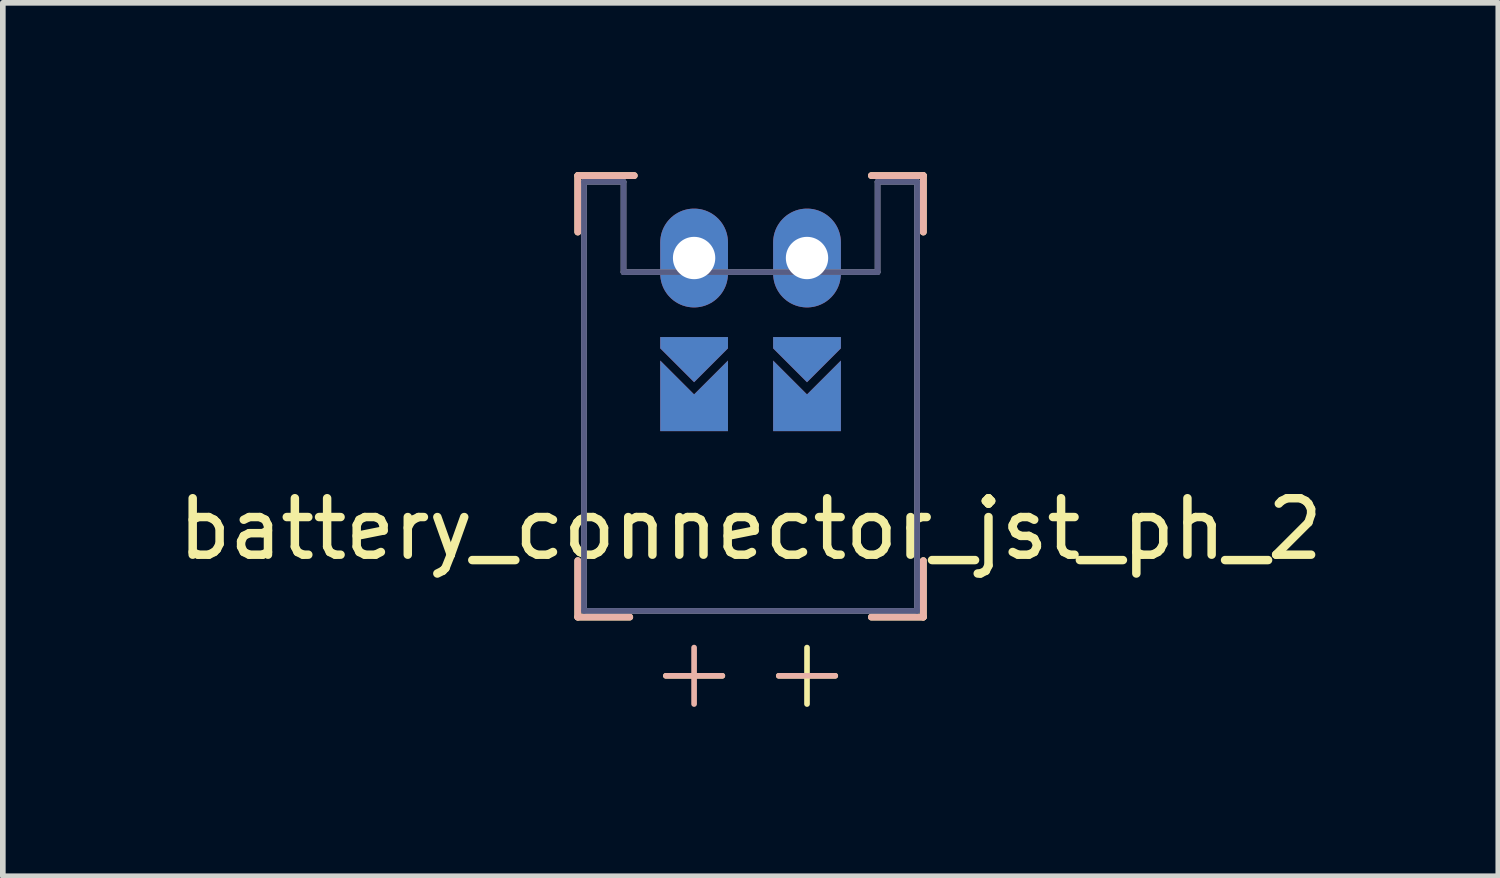
<source format=kicad_pcb>
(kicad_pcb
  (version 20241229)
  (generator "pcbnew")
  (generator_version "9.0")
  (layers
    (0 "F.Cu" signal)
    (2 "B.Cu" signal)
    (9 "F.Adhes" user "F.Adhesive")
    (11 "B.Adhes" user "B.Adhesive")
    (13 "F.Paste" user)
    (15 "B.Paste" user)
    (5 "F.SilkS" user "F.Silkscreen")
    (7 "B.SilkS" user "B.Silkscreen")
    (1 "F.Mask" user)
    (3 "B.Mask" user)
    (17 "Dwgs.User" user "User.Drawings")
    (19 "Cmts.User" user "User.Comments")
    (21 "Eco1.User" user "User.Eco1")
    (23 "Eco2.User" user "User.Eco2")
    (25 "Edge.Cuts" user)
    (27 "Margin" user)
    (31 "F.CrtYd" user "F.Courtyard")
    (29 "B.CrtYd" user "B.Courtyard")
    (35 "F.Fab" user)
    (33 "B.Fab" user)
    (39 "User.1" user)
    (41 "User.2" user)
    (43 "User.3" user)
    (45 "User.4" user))
  (footprint "battery_connector_jst_ph_2"
    (layer "F.Cu")
    (at 10.244 1.52)
    (property "Reference" "battery_connector_jst_ph_2" (at 0 4.8 0) (layer "F.SilkS") (effects (font (size 1 1) (thickness 0.15))))
    (fp_line (start -3.06 -1.46) (end -3.06 -0.46) (stroke (width 0.12) (type solid)) (layer "F.SilkS"))
    (fp_line (start -3.06 6.36) (end -3.06 5.36) (stroke (width 0.12) (type solid)) (layer "F.SilkS"))
    (fp_line (start -2.14 6.36) (end -3.06 6.36) (stroke (width 0.12) (type solid)) (layer "F.SilkS"))
    (fp_line (start -2.06 -1.46) (end -3.06 -1.46) (stroke (width 0.12) (type solid)) (layer "F.SilkS"))
    (fp_line (start -1.5 7.4) (end -0.5 7.4) (stroke (width 0.1) (type solid)) (layer "F.SilkS"))
    (fp_line (start 1 6.9) (end 1 7.9) (stroke (width 0.1) (type solid)) (layer "F.SilkS"))
    (fp_line (start 1.5 7.4) (end 0.5 7.4) (stroke (width 0.1) (type solid)) (layer "F.SilkS"))
    (fp_line (start 2.14 -1.46) (end 3.06 -1.46) (stroke (width 0.12) (type solid)) (layer "F.SilkS"))
    (fp_line (start 2.14 6.36) (end 3.06 6.36) (stroke (width 0.12) (type solid)) (layer "F.SilkS"))
    (fp_line (start 3.06 -1.46) (end 3.06 -0.46) (stroke (width 0.12) (type solid)) (layer "F.SilkS"))
    (fp_line (start 3.06 6.36) (end 3.06 5.36) (stroke (width 0.12) (type solid)) (layer "F.SilkS"))
    (fp_line (start -3.06 -1.46) (end -3.06 -0.46) (stroke (width 0.12) (type solid)) (layer "B.SilkS"))
    (fp_line (start -3.06 6.36) (end -3.06 5.36) (stroke (width 0.12) (type solid)) (layer "B.SilkS"))
    (fp_line (start -2.14 6.36) (end -3.06 6.36) (stroke (width 0.12) (type solid)) (layer "B.SilkS"))
    (fp_line (start -2.06 -1.46) (end -3.06 -1.46) (stroke (width 0.12) (type solid)) (layer "B.SilkS"))
    (fp_line (start -1.5 7.4) (end -0.5 7.4) (stroke (width 0.1) (type solid)) (layer "B.SilkS"))
    (fp_line (start -1 6.9) (end -1 7.9) (stroke (width 0.1) (type solid)) (layer "B.SilkS"))
    (fp_line (start 1.5 7.4) (end 0.5 7.4) (stroke (width 0.1) (type solid)) (layer "B.SilkS"))
    (fp_line (start 2.14 -1.46) (end 3.06 -1.46) (stroke (width 0.12) (type solid)) (layer "B.SilkS"))
    (fp_line (start 2.14 6.36) (end 3.06 6.36) (stroke (width 0.12) (type solid)) (layer "B.SilkS"))
    (fp_line (start 3.06 -1.46) (end 3.06 -0.46) (stroke (width 0.12) (type solid)) (layer "B.SilkS"))
    (fp_line (start 3.06 6.36) (end 3.06 5.36) (stroke (width 0.12) (type solid)) (layer "B.SilkS"))
    (fp_line (start -2.95 -1.35) (end -2.25 -1.35) (stroke (width 0.1) (type solid)) (layer "B.Fab"))
    (fp_line (start -2.95 6.25) (end -2.95 -1.35) (stroke (width 0.1) (type solid)) (layer "B.Fab"))
    (fp_line (start -2.25 -1.35) (end -2.25 0.25) (stroke (width 0.1) (type solid)) (layer "B.Fab"))
    (fp_line (start -2.25 0.25) (end 2.25 0.25) (stroke (width 0.1) (type solid)) (layer "B.Fab"))
    (fp_line (start 2.25 -1.35) (end 2.95 -1.35) (stroke (width 0.1) (type solid)) (layer "B.Fab"))
    (fp_line (start 2.25 0.25) (end 2.25 -1.35) (stroke (width 0.1) (type solid)) (layer "B.Fab"))
    (fp_line (start 2.95 -1.35) (end 2.95 6.25) (stroke (width 0.1) (type solid)) (layer "B.Fab"))
    (fp_line (start 2.95 6.25) (end -2.95 6.25) (stroke (width 0.1) (type solid)) (layer "B.Fab"))
    (fp_line (start -2.95 -1.35) (end -2.95 6.25) (stroke (width 0.1) (type solid)) (layer "F.Fab"))
    (fp_line (start -2.95 6.25) (end 2.95 6.25) (stroke (width 0.1) (type solid)) (layer "F.Fab"))
    (fp_line (start -2.25 -1.35) (end -2.95 -1.35) (stroke (width 0.1) (type solid)) (layer "F.Fab"))
    (fp_line (start -2.25 0.25) (end -2.25 -1.35) (stroke (width 0.1) (type solid)) (layer "F.Fab"))
    (fp_line (start 2.25 -1.35) (end 2.25 0.25) (stroke (width 0.1) (type solid)) (layer "F.Fab"))
    (fp_line (start 2.25 0.25) (end -2.25 0.25) (stroke (width 0.1) (type solid)) (layer "F.Fab"))
    (fp_line (start 2.95 -1.35) (end 2.25 -1.35) (stroke (width 0.1) (type solid)) (layer "F.Fab"))
    (fp_line (start 2.95 6.25) (end 2.95 -1.35) (stroke (width 0.1) (type solid)) (layer "F.Fab"))
    (pad "1" smd custom (at -1 2.816 180) (size 1.2 0.5) (layers "F.Cu" "F.Mask" "F.Paste") (options (anchor rect)) (primitives (gr_poly (pts (xy 0.6 0) (xy -0.6 0) (xy -0.6 1) (xy 0 0.4) (xy 0.6 1)) (width 0) (fill yes))))
    (pad "1" smd custom (at 1 2.816 180) (size 1.2 0.5) (layers "B.Cu" "B.Mask" "B.Paste") (options (anchor rect)) (primitives (gr_poly (pts (xy 0.6 0) (xy -0.6 0) (xy -0.6 1) (xy 0 0.4) (xy 0.6 1)) (width 0) (fill yes))))
    (pad "2" smd custom (at -1 2.816 180) (size 1.2 0.5) (layers "B.Cu" "B.Mask" "B.Paste") (options (anchor rect)) (primitives (gr_poly (pts (xy 0.6 0) (xy -0.6 0) (xy -0.6 1) (xy 0 0.4) (xy 0.6 1)) (width 0) (fill yes))))
    (pad "2" smd custom (at 1 2.816 180) (size 1.2 0.5) (layers "F.Cu" "F.Mask" "F.Paste") (options (anchor rect)) (primitives (gr_poly (pts (xy 0.6 0) (xy -0.6 0) (xy -0.6 1) (xy 0 0.4) (xy 0.6 1)) (width 0) (fill yes))))
    (pad "11" thru_hole oval (at -1 0) (size 1.2 1.75) (drill 0.75) (layers "*.Cu" "*.Mask"))
    (pad "12" thru_hole oval (at 1 0) (size 1.2 1.75) (drill 0.75) (layers "*.Cu" "*.Mask"))
    (pad "21" smd custom (at -1 1.8 180) (size 0.1 0.1) (layers "F.Cu" "F.Mask" "F.Paste") (options (anchor rect)) (primitives (gr_poly (pts (xy 0.6 0.4) (xy -0.6 0.4) (xy -0.6 0.2) (xy 0 -0.4) (xy 0.6 0.2)) (width 0) (fill yes))))
    (pad "22" smd custom (at 1 1.8 180) (size 0.1 0.1) (layers "F.Cu" "F.Mask" "F.Paste") (options (anchor rect)) (primitives (gr_poly (pts (xy 0.6 0.4) (xy -0.6 0.4) (xy -0.6 0.2) (xy 0 -0.4) (xy 0.6 0.2)) (width 0) (fill yes))))
    (pad "31" smd custom (at -1 1.8 180) (size 0.1 0.1) (layers "B.Cu" "B.Mask" "B.Paste") (options (anchor rect)) (primitives (gr_poly (pts (xy 0.6 0.4) (xy -0.6 0.4) (xy -0.6 0.2) (xy 0 -0.4) (xy 0.6 0.2)) (width 0) (fill yes))))
    (pad "32" smd custom (at 1 1.8 180) (size 0.1 0.1) (layers "B.Cu" "B.Mask" "B.Paste") (options (anchor rect)) (primitives (gr_poly (pts (xy 0.6 0.4) (xy -0.6 0.4) (xy -0.6 0.2) (xy 0 -0.4) (xy 0.6 0.2)) (width 0) (fill yes)))))
  (gr_rect
    (start -3 -3)
    (end 23.488 12.47)
    (stroke (width 0.1) (type default))
    (fill no)
    (layer "Edge.Cuts")))
</source>
